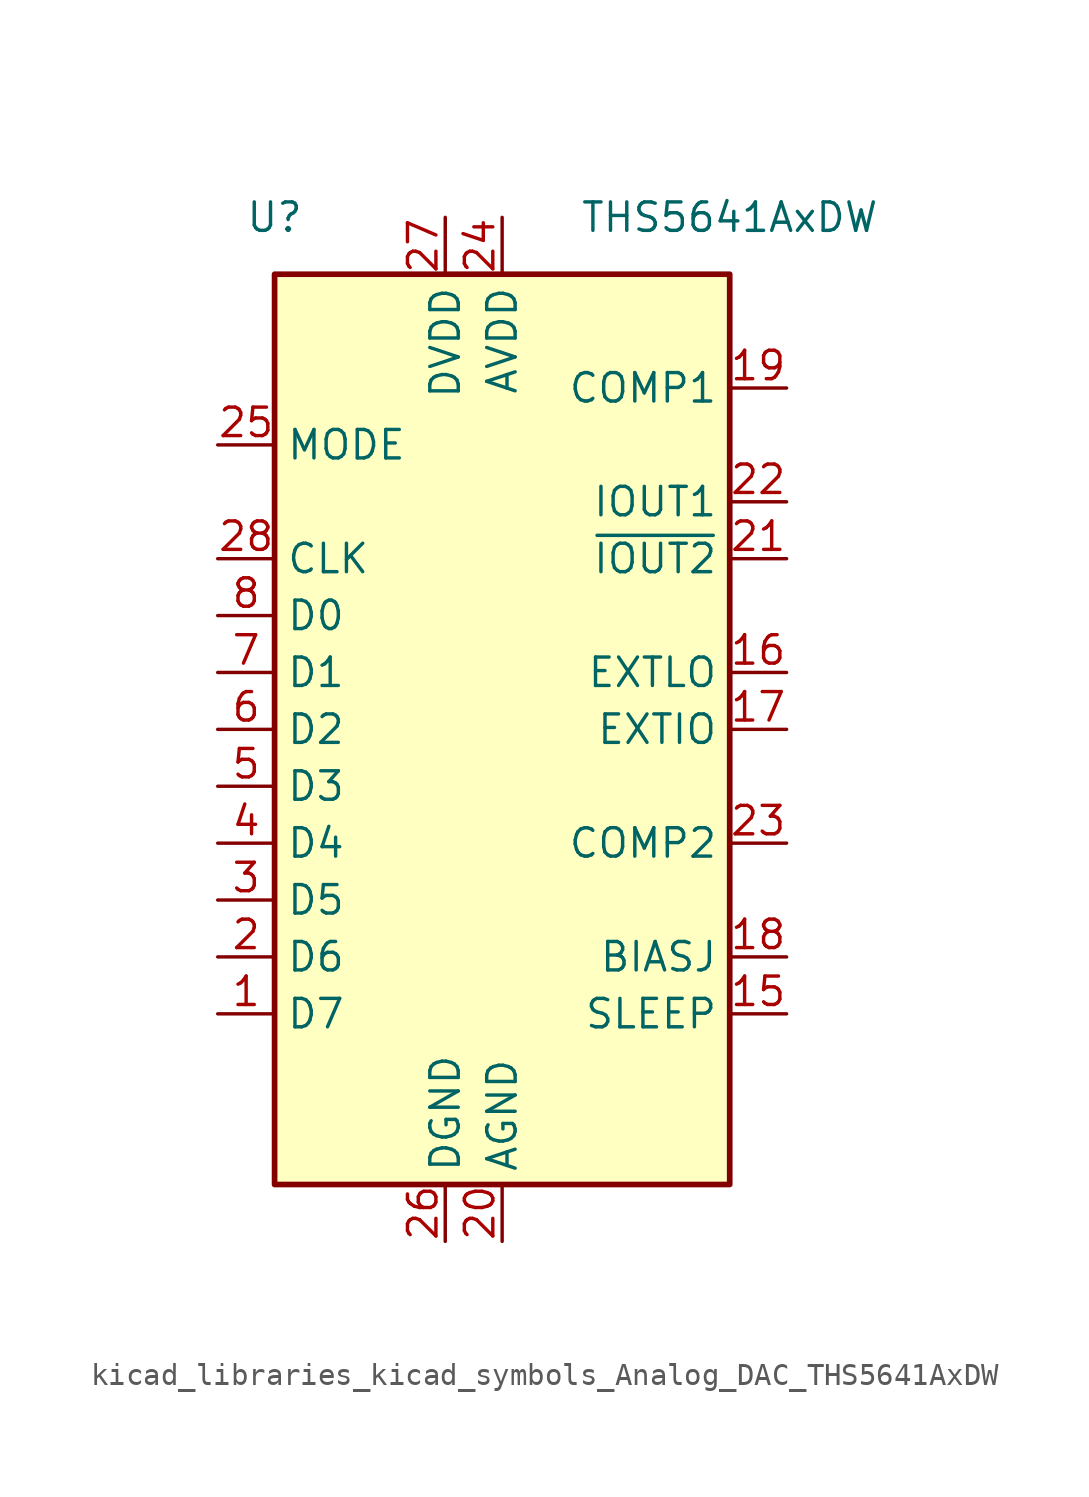
<source format=kicad_sym>
(kicad_symbol_lib
  (version 20220914)
  (generator kicad_symbol_editor)
  (symbol "kicad_libraries_kicad_symbols_Analog_DAC_THS5641AxDW"
    (property "Reference" "U"
      (at -10.16 22.86 0)
      (effects (font (size 1.27 1.27))))
    (property "Value" "THS5641AxDW"
      (at 10.16 22.86 0)
      (effects (font (size 1.27 1.27))))
    (symbol "kicad_libraries_kicad_symbols_Analog_DAC_THS5641AxDW_0_1"
      (rectangle (start -10.16 20.32) (end 10.16 -20.32) (stroke (width 0.254) (type default)) (fill (type background))))
    (symbol "kicad_libraries_kicad_symbols_Analog_DAC_THS5641AxDW_1_1"
      (pin input line (at -12.7 -12.7 0) (length 2.54) (name "D7" (effects (font (size 1.27 1.27)))) (number "1" (effects (font (size 1.27 1.27)))))
      (pin no_connect line (at -10.16 -17.78 0) (length 2.54) hide (name "NC" (effects (font (size 1.27 1.27)))) (number "10" (effects (font (size 1.27 1.27)))))
      (pin no_connect line (at 10.16 -17.78 180) (length 2.54) hide (name "NC" (effects (font (size 1.27 1.27)))) (number "11" (effects (font (size 1.27 1.27)))))
      (pin no_connect line (at 10.16 -15.24 180) (length 2.54) hide (name "NC" (effects (font (size 1.27 1.27)))) (number "12" (effects (font (size 1.27 1.27)))))
      (pin no_connect line (at 10.16 12.7 180) (length 2.54) hide (name "NC" (effects (font (size 1.27 1.27)))) (number "13" (effects (font (size 1.27 1.27)))))
      (pin no_connect line (at 10.16 17.78 180) (length 2.54) hide (name "NC" (effects (font (size 1.27 1.27)))) (number "14" (effects (font (size 1.27 1.27)))))
      (pin input line (at 12.7 -12.7 180) (length 2.54) (name "SLEEP" (effects (font (size 1.27 1.27)))) (number "15" (effects (font (size 1.27 1.27)))))
      (pin bidirectional line (at 12.7 2.54 180) (length 2.54) (name "EXTLO" (effects (font (size 1.27 1.27)))) (number "16" (effects (font (size 1.27 1.27)))))
      (pin bidirectional line (at 12.7 0 180) (length 2.54) (name "EXTIO" (effects (font (size 1.27 1.27)))) (number "17" (effects (font (size 1.27 1.27)))))
      (pin passive line (at 12.7 -10.16 180) (length 2.54) (name "BIASJ" (effects (font (size 1.27 1.27)))) (number "18" (effects (font (size 1.27 1.27)))))
      (pin input line (at 12.7 15.24 180) (length 2.54) (name "COMP1" (effects (font (size 1.27 1.27)))) (number "19" (effects (font (size 1.27 1.27)))))
      (pin input line (at -12.7 -10.16 0) (length 2.54) (name "D6" (effects (font (size 1.27 1.27)))) (number "2" (effects (font (size 1.27 1.27)))))
      (pin power_in line (at 0 -22.86 90) (length 2.54) (name "AGND" (effects (font (size 1.27 1.27)))) (number "20" (effects (font (size 1.27 1.27)))))
      (pin output line (at 12.7 7.62 180) (length 2.54) (name "~{IOUT2}" (effects (font (size 1.27 1.27)))) (number "21" (effects (font (size 1.27 1.27)))))
      (pin output line (at 12.7 10.16 180) (length 2.54) (name "IOUT1" (effects (font (size 1.27 1.27)))) (number "22" (effects (font (size 1.27 1.27)))))
      (pin input line (at 12.7 -5.08 180) (length 2.54) (name "COMP2" (effects (font (size 1.27 1.27)))) (number "23" (effects (font (size 1.27 1.27)))))
      (pin power_in line (at 0 22.86 270) (length 2.54) (name "AVDD" (effects (font (size 1.27 1.27)))) (number "24" (effects (font (size 1.27 1.27)))))
      (pin input line (at -12.7 12.7 0) (length 2.54) (name "MODE" (effects (font (size 1.27 1.27)))) (number "25" (effects (font (size 1.27 1.27)))))
      (pin power_in line (at -2.54 -22.86 90) (length 2.54) (name "DGND" (effects (font (size 1.27 1.27)))) (number "26" (effects (font (size 1.27 1.27)))))
      (pin power_in line (at -2.54 22.86 270) (length 2.54) (name "DVDD" (effects (font (size 1.27 1.27)))) (number "27" (effects (font (size 1.27 1.27)))))
      (pin input line (at -12.7 7.62 0) (length 2.54) (name "CLK" (effects (font (size 1.27 1.27)))) (number "28" (effects (font (size 1.27 1.27)))))
      (pin input line (at -12.7 -7.62 0) (length 2.54) (name "D5" (effects (font (size 1.27 1.27)))) (number "3" (effects (font (size 1.27 1.27)))))
      (pin input line (at -12.7 -5.08 0) (length 2.54) (name "D4" (effects (font (size 1.27 1.27)))) (number "4" (effects (font (size 1.27 1.27)))))
      (pin input line (at -12.7 -2.54 0) (length 2.54) (name "D3" (effects (font (size 1.27 1.27)))) (number "5" (effects (font (size 1.27 1.27)))))
      (pin input line (at -12.7 0 0) (length 2.54) (name "D2" (effects (font (size 1.27 1.27)))) (number "6" (effects (font (size 1.27 1.27)))))
      (pin input line (at -12.7 2.54 0) (length 2.54) (name "D1" (effects (font (size 1.27 1.27)))) (number "7" (effects (font (size 1.27 1.27)))))
      (pin input line (at -12.7 5.08 0) (length 2.54) (name "D0" (effects (font (size 1.27 1.27)))) (number "8" (effects (font (size 1.27 1.27)))))
      (pin no_connect line (at -10.16 -15.24 0) (length 2.54) hide (name "NC" (effects (font (size 1.27 1.27)))) (number "9" (effects (font (size 1.27 1.27))))))))
</source>
